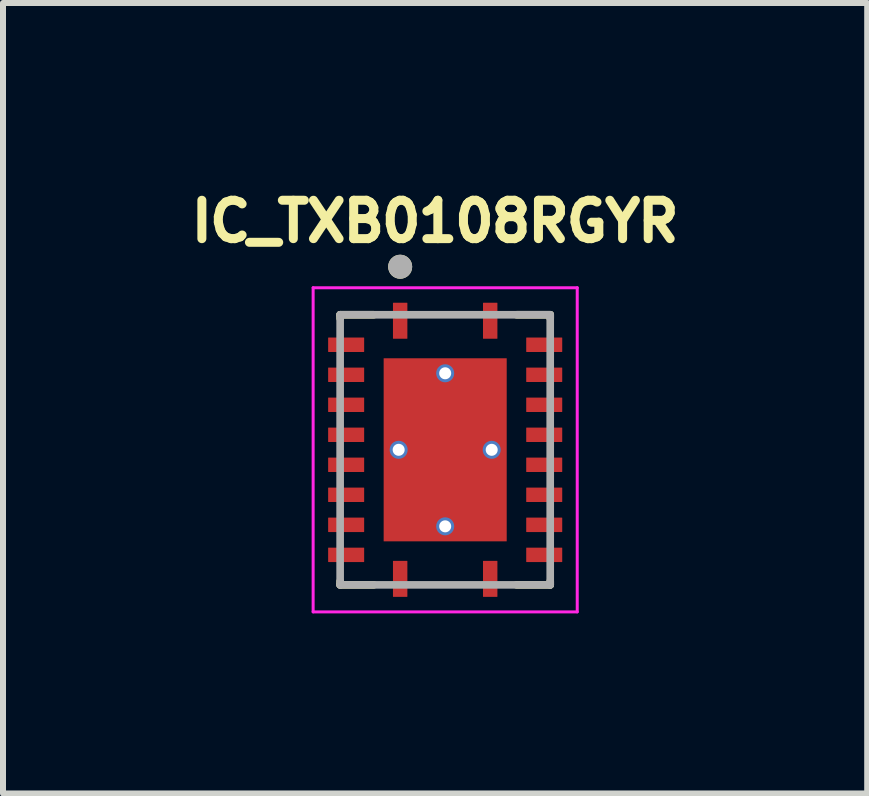
<source format=kicad_pcb>
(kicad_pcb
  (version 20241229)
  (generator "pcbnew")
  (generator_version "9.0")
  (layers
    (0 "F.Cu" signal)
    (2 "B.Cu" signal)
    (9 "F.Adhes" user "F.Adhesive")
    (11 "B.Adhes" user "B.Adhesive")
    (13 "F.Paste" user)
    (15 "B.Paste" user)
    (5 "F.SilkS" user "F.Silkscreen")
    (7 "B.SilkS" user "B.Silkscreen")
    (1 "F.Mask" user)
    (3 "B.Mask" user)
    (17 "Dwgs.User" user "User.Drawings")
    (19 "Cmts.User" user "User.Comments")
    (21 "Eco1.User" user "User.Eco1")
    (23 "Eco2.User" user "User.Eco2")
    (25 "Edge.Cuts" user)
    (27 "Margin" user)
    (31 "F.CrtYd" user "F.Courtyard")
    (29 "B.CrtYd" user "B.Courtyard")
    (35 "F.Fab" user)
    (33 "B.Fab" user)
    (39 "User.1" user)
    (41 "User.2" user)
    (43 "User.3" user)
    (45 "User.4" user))
  (footprint "IC_TXB0108RGYR"
    (layer "F.Cu")
    (at 4.367 4.444)
    (property "Reference" "IC_TXB0108RGYR" (at -0.168 -3.806 0) (layer "F.SilkS") (effects (font (size 0.64 0.64) (thickness 0.15))))
    (attr smd)
    (fp_line (start -1.75 -2.19) (end -1.75 -2.25) (stroke (width 0.127) (type solid)) (layer "F.SilkS"))
    (fp_line (start -1.75 2.25) (end -1.75 2.19) (stroke (width 0.127) (type solid)) (layer "F.SilkS"))
    (fp_line (start -1.19 -2.25) (end -1.75 -2.25) (stroke (width 0.127) (type solid)) (layer "F.SilkS"))
    (fp_line (start -1.19 2.25) (end -1.75 2.25) (stroke (width 0.127) (type solid)) (layer "F.SilkS"))
    (fp_line (start 1.75 -2.25) (end 1.19 -2.25) (stroke (width 0.127) (type solid)) (layer "F.SilkS"))
    (fp_line (start 1.75 -2.19) (end 1.75 -2.25) (stroke (width 0.127) (type solid)) (layer "F.SilkS"))
    (fp_line (start 1.75 2.25) (end 1.19 2.25) (stroke (width 0.127) (type solid)) (layer "F.SilkS"))
    (fp_line (start 1.75 2.25) (end 1.75 2.19) (stroke (width 0.127) (type solid)) (layer "F.SilkS"))
    (fp_circle (center -0.75 -3.05) (end -0.65 -3.05) (stroke (width 0.2) (type solid)) (fill no) (layer "F.SilkS"))
    (fp_poly (pts (xy -1.02 -1.435) (xy -0.1 -1.435) (xy -0.1 -0.105) (xy -1.02 -0.105)) (stroke (width 0.01) (type solid)) (fill yes) (layer "F.Paste"))
    (fp_poly (pts (xy -1.02 0.105) (xy -0.1 0.105) (xy -0.1 1.435) (xy -1.02 1.435)) (stroke (width 0.01) (type solid)) (fill yes) (layer "F.Paste"))
    (fp_poly (pts (xy 0.1 -1.435) (xy 1.02 -1.435) (xy 1.02 -0.105) (xy 0.1 -0.105)) (stroke (width 0.01) (type solid)) (fill yes) (layer "F.Paste"))
    (fp_poly (pts (xy 0.1 0.105) (xy 1.02 0.105) (xy 1.02 1.435) (xy 0.1 1.435)) (stroke (width 0.01) (type solid)) (fill yes) (layer "F.Paste"))
    (fp_line (start -2.2 -2.7) (end -2.2 2.7) (stroke (width 0.05) (type solid)) (layer "F.CrtYd"))
    (fp_line (start -2.2 2.7) (end 2.2 2.7) (stroke (width 0.05) (type solid)) (layer "F.CrtYd"))
    (fp_line (start 2.2 -2.7) (end -2.2 -2.7) (stroke (width 0.05) (type solid)) (layer "F.CrtYd"))
    (fp_line (start 2.2 2.7) (end 2.2 -2.7) (stroke (width 0.05) (type solid)) (layer "F.CrtYd"))
    (fp_line (start -1.75 2.25) (end -1.75 -2.25) (stroke (width 0.127) (type solid)) (layer "F.Fab"))
    (fp_line (start 1.75 -2.25) (end -1.75 -2.25) (stroke (width 0.127) (type solid)) (layer "F.Fab"))
    (fp_line (start 1.75 2.25) (end -1.75 2.25) (stroke (width 0.127) (type solid)) (layer "F.Fab"))
    (fp_line (start 1.75 2.25) (end 1.75 -2.25) (stroke (width 0.127) (type solid)) (layer "F.Fab"))
    (fp_circle (center -0.75 -3.05) (end -0.65 -3.05) (stroke (width 0.2) (type solid)) (fill no) (layer "F.Fab"))
    (pad "1" smd roundrect (at -0.75 -2.15) (size 0.24 0.6) (layers "F.Cu" "F.Mask" "F.Paste") (roundrect_rratio 0.025))
    (pad "2" smd roundrect (at -1.65 -1.75) (size 0.6 0.24) (layers "F.Cu" "F.Mask" "F.Paste") (roundrect_rratio 0.025))
    (pad "3" smd roundrect (at -1.65 -1.25) (size 0.6 0.24) (layers "F.Cu" "F.Mask" "F.Paste") (roundrect_rratio 0.025))
    (pad "4" smd roundrect (at -1.65 -0.75) (size 0.6 0.24) (layers "F.Cu" "F.Mask" "F.Paste") (roundrect_rratio 0.025))
    (pad "5" smd roundrect (at -1.65 -0.25) (size 0.6 0.24) (layers "F.Cu" "F.Mask" "F.Paste") (roundrect_rratio 0.025))
    (pad "6" smd roundrect (at -1.65 0.25) (size 0.6 0.24) (layers "F.Cu" "F.Mask" "F.Paste") (roundrect_rratio 0.025))
    (pad "7" smd roundrect (at -1.65 0.75) (size 0.6 0.24) (layers "F.Cu" "F.Mask" "F.Paste") (roundrect_rratio 0.025))
    (pad "8" smd roundrect (at -1.65 1.25) (size 0.6 0.24) (layers "F.Cu" "F.Mask" "F.Paste") (roundrect_rratio 0.025))
    (pad "9" smd roundrect (at -1.65 1.75) (size 0.6 0.24) (layers "F.Cu" "F.Mask" "F.Paste") (roundrect_rratio 0.025))
    (pad "10" smd roundrect (at -0.75 2.15) (size 0.24 0.6) (layers "F.Cu" "F.Mask" "F.Paste") (roundrect_rratio 0.025))
    (pad "11" smd roundrect (at 0.75 2.15) (size 0.24 0.6) (layers "F.Cu" "F.Mask" "F.Paste") (roundrect_rratio 0.025))
    (pad "12" smd roundrect (at 1.65 1.75) (size 0.6 0.24) (layers "F.Cu" "F.Mask" "F.Paste") (roundrect_rratio 0.025))
    (pad "13" smd roundrect (at 1.65 1.25) (size 0.6 0.24) (layers "F.Cu" "F.Mask" "F.Paste") (roundrect_rratio 0.025))
    (pad "14" smd roundrect (at 1.65 0.75) (size 0.6 0.24) (layers "F.Cu" "F.Mask" "F.Paste") (roundrect_rratio 0.025))
    (pad "15" smd roundrect (at 1.65 0.25) (size 0.6 0.24) (layers "F.Cu" "F.Mask" "F.Paste") (roundrect_rratio 0.025))
    (pad "16" smd roundrect (at 1.65 -0.25) (size 0.6 0.24) (layers "F.Cu" "F.Mask" "F.Paste") (roundrect_rratio 0.025))
    (pad "17" smd roundrect (at 1.65 -0.75) (size 0.6 0.24) (layers "F.Cu" "F.Mask" "F.Paste") (roundrect_rratio 0.025))
    (pad "18" smd roundrect (at 1.65 -1.25) (size 0.6 0.24) (layers "F.Cu" "F.Mask" "F.Paste") (roundrect_rratio 0.025))
    (pad "19" smd roundrect (at 1.65 -1.75) (size 0.6 0.24) (layers "F.Cu" "F.Mask" "F.Paste") (roundrect_rratio 0.025))
    (pad "20" smd roundrect (at 0.75 -2.15) (size 0.24 0.6) (layers "F.Cu" "F.Mask" "F.Paste") (roundrect_rratio 0.025))
    (pad "21" smd rect (at 0 0) (size 2.05 3.05) (layers "F.Cu" "F.Mask"))
    (pad "21_1" thru_hole circle (at 0 -1.275) (size 0.3 0.3) (drill 0.2) (layers "*.Cu"))
    (pad "21_2" thru_hole circle (at -0.775 0) (size 0.3 0.3) (drill 0.2) (layers "*.Cu"))
    (pad "21_3" thru_hole circle (at 0.775 0) (size 0.3 0.3) (drill 0.2) (layers "*.Cu"))
    (pad "21_4" thru_hole circle (at 0 1.275) (size 0.3 0.3) (drill 0.2) (layers "*.Cu")))
  (gr_rect
    (start -3 -3)
    (end 11.398 10.169)
    (stroke (width 0.1) (type default))
    (fill no)
    (layer "Edge.Cuts")))
</source>
